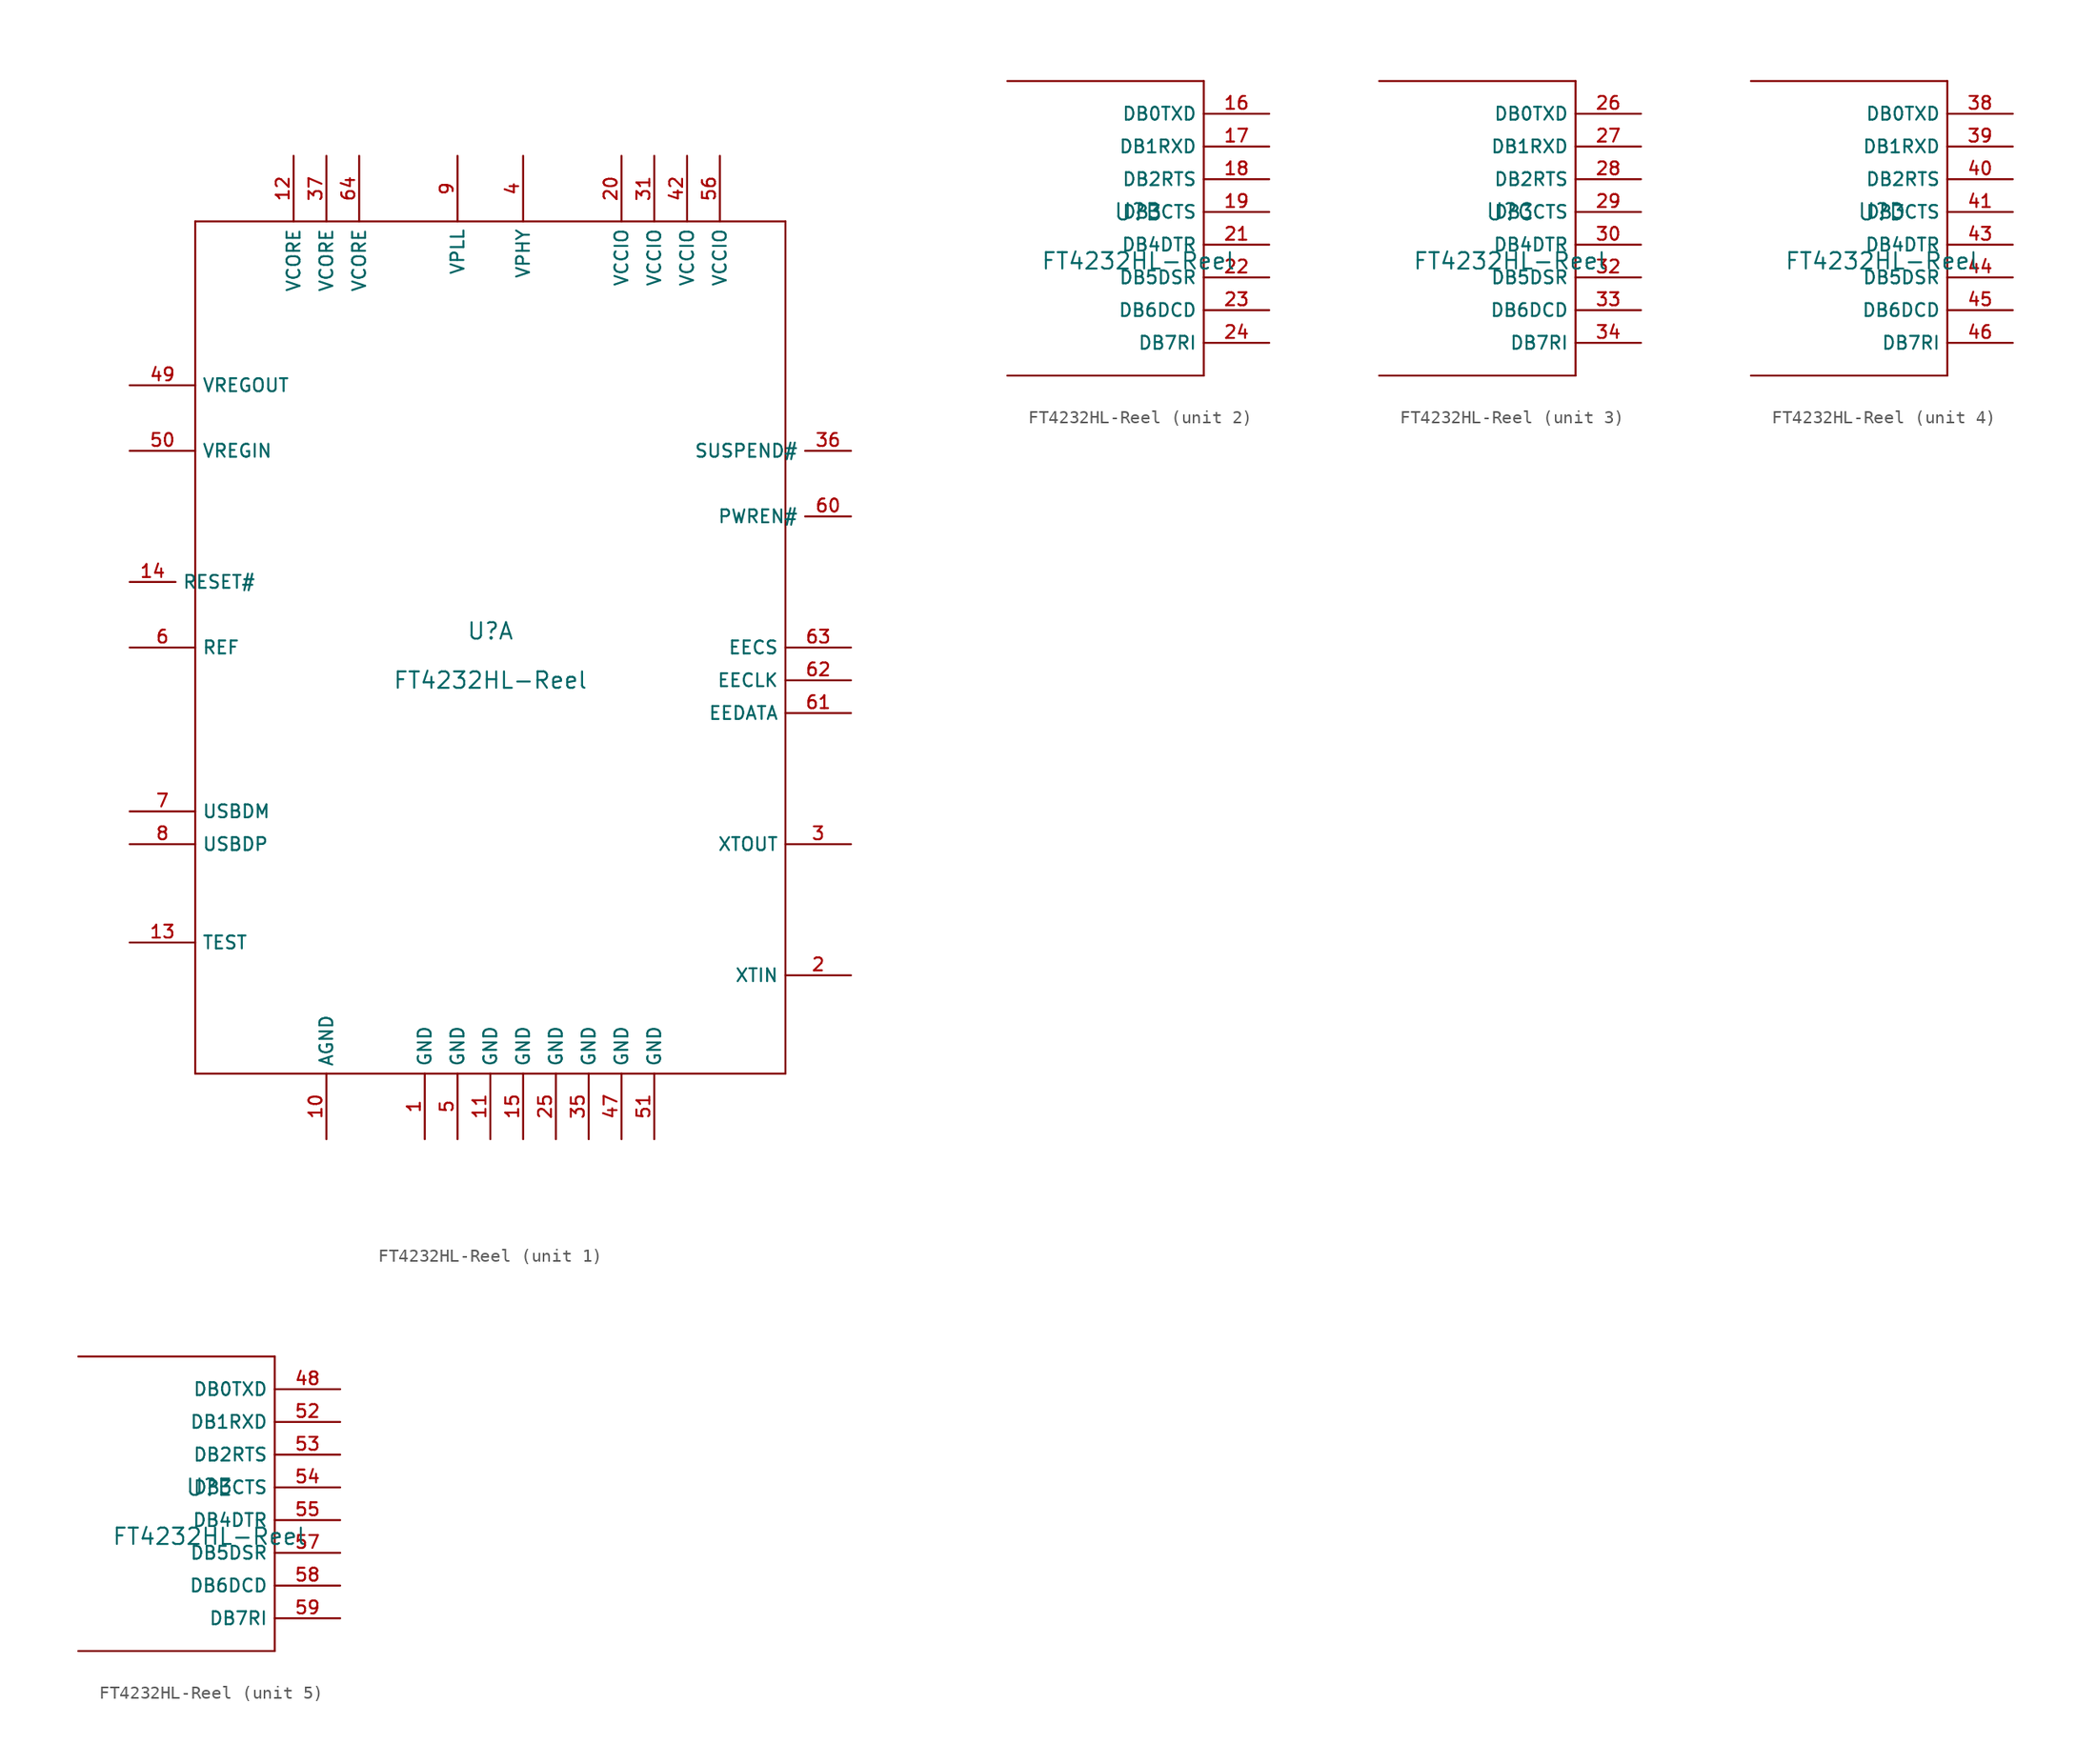
<source format=kicad_sym>
(kicad_symbol_lib
  (version 20210201)
  (generator TousstNicolas/JLC2KiCad_lib)
  (symbol "FT4232HL-Reel"
    (property "Reference" "U"
      (at 0 1.27 0)
      (effects (font (size 1.27 1.27))))
    (property "Value" "FT4232HL-Reel"
      (at 0 -2.54 0)
      (effects (font (size 1.27 1.27))))
    (symbol "FT4232HL-Reel_1_1"
      (polyline (pts (xy 22.86 33.02) (xy -22.86 33.02)) (stroke (width 0) (type default) (color 0 0 0 0)) (fill (type none)))
      (polyline (pts (xy -22.86 33.02) (xy -22.86 -33.02)) (stroke (width 0) (type default) (color 0 0 0 0)) (fill (type none)))
      (polyline (pts (xy -22.86 -33.02) (xy 22.86 -33.02)) (stroke (width 0) (type default) (color 0 0 0 0)) (fill (type none)))
      (polyline (pts (xy 22.86 -33.02) (xy 22.86 33.02)) (stroke (width 0) (type default) (color 0 0 0 0)) (fill (type none)))
      (pin output line (at 27.94 15.24 180) (length 3.556) (name "SUSPEND#" (effects (font (size 1 1)))) (number "36" (effects (font (size 1 1)))))
      (pin output line (at 27.94 10.16 180) (length 3.556) (name "PWREN#" (effects (font (size 1 1)))) (number "60" (effects (font (size 1 1)))))
      (pin power_in line (at 7.62 -38.1 90) (length 5.08) (name "GND" (effects (font (size 1 1)))) (number "35" (effects (font (size 1 1)))))
      (pin power_in line (at 5.08 -38.1 90) (length 5.08) (name "GND" (effects (font (size 1 1)))) (number "25" (effects (font (size 1 1)))))
      (pin power_in line (at 2.54 -38.1 90) (length 5.08) (name "GND" (effects (font (size 1 1)))) (number "15" (effects (font (size 1 1)))))
      (pin power_in line (at 0.0 -38.1 90) (length 5.08) (name "GND" (effects (font (size 1 1)))) (number "11" (effects (font (size 1 1)))))
      (pin power_in line (at -12.7 -38.1 90) (length 5.08) (name "AGND" (effects (font (size 1 1)))) (number "10" (effects (font (size 1 1)))))
      (pin power_in line (at 12.7 38.1 270) (length 5.08) (name "VCCIO" (effects (font (size 1 1)))) (number "31" (effects (font (size 1 1)))))
      (pin power_in line (at 10.16 38.1 270) (length 5.08) (name "VCCIO" (effects (font (size 1 1)))) (number "20" (effects (font (size 1 1)))))
      (pin power_in line (at -10.16 38.1 270) (length 5.08) (name "VCORE" (effects (font (size 1 1)))) (number "64" (effects (font (size 1 1)))))
      (pin power_in line (at -12.7 38.1 270) (length 5.08) (name "VCORE" (effects (font (size 1 1)))) (number "37" (effects (font (size 1 1)))))
      (pin power_in line (at -2.54 38.1 270) (length 5.08) (name "VPLL" (effects (font (size 1 1)))) (number "9" (effects (font (size 1 1)))))
      (pin unspecified line (at -27.94 15.24 0) (length 5.08) (name "VREGIN" (effects (font (size 1 1)))) (number "50" (effects (font (size 1 1)))))
      (pin input line (at -27.94 -12.7 0) (length 5.08) (name "USBDM" (effects (font (size 1 1)))) (number "7" (effects (font (size 1 1)))))
      (pin input line (at -27.94 -15.24 0) (length 5.08) (name "USBDP" (effects (font (size 1 1)))) (number "8" (effects (font (size 1 1)))))
      (pin input line (at -27.94 -0.0 0) (length 5.08) (name "REF" (effects (font (size 1 1)))) (number "6" (effects (font (size 1 1)))))
      (pin input line (at -27.94 5.08 0) (length 3.556) (name "RESET#" (effects (font (size 1 1)))) (number "14" (effects (font (size 1 1)))))
      (pin input line (at 27.94 -25.4 180) (length 5.08) (name "XTIN" (effects (font (size 1 1)))) (number "2" (effects (font (size 1 1)))))
      (pin output line (at 27.94 -15.24 180) (length 5.08) (name "XTOUT" (effects (font (size 1 1)))) (number "3" (effects (font (size 1 1)))))
      (pin unspecified line (at 27.94 -0.0 180) (length 5.08) (name "EECS" (effects (font (size 1 1)))) (number "63" (effects (font (size 1 1)))))
      (pin output line (at 27.94 -2.54 180) (length 5.08) (name "EECLK" (effects (font (size 1 1)))) (number "62" (effects (font (size 1 1)))))
      (pin unspecified line (at 27.94 -5.08 180) (length 5.08) (name "EEDATA" (effects (font (size 1 1)))) (number "61" (effects (font (size 1 1)))))
      (pin input line (at -27.94 -22.86 0) (length 5.08) (name "TEST" (effects (font (size 1 1)))) (number "13" (effects (font (size 1 1)))))
      (pin power_in line (at -2.54 -38.1 90) (length 5.08) (name "GND" (effects (font (size 1 1)))) (number "5" (effects (font (size 1 1)))))
      (pin power_in line (at -5.08 -38.1 90) (length 5.08) (name "GND" (effects (font (size 1 1)))) (number "1" (effects (font (size 1 1)))))
      (pin power_in line (at 10.16 -38.1 90) (length 5.08) (name "GND" (effects (font (size 1 1)))) (number "47" (effects (font (size 1 1)))))
      (pin power_in line (at 12.7 -38.1 90) (length 5.08) (name "GND" (effects (font (size 1 1)))) (number "51" (effects (font (size 1 1)))))
      (pin power_in line (at 15.24 38.1 270) (length 5.08) (name "VCCIO" (effects (font (size 1 1)))) (number "42" (effects (font (size 1 1)))))
      (pin power_in line (at 17.78 38.1 270) (length 5.08) (name "VCCIO" (effects (font (size 1 1)))) (number "56" (effects (font (size 1 1)))))
      (pin power_in line (at -15.24 38.1 270) (length 5.08) (name "VCORE" (effects (font (size 1 1)))) (number "12" (effects (font (size 1 1)))))
      (pin power_in line (at 2.54 38.1 270) (length 5.08) (name "VPHY" (effects (font (size 1 1)))) (number "4" (effects (font (size 1 1)))))
      (pin output line (at -27.94 20.32 0) (length 5.08) (name "VREGOUT" (effects (font (size 1 1)))) (number "49" (effects (font (size 1 1))))))
    (symbol "FT4232HL-Reel_2_1"
      (polyline (pts (xy 5.08 11.43) (xy -10.16 11.43)) (stroke (width 0) (type default) (color 0 0 0 0)) (fill (type none)))
      (polyline (pts (xy -10.16 -11.43) (xy 5.08 -11.43)) (stroke (width 0) (type default) (color 0 0 0 0)) (fill (type none)))
      (polyline (pts (xy 5.08 -11.43) (xy 5.08 11.43)) (stroke (width 0) (type default) (color 0 0 0 0)) (fill (type none)))
      (pin unspecified line (at 10.16 8.89 180) (length 5.08) (name "DB0TXD" (effects (font (size 1 1)))) (number "16" (effects (font (size 1 1)))))
      (pin unspecified line (at 10.16 6.35 180) (length 5.08) (name "DB1RXD" (effects (font (size 1 1)))) (number "17" (effects (font (size 1 1)))))
      (pin unspecified line (at 10.16 3.81 180) (length 5.08) (name "DB2RTS" (effects (font (size 1 1)))) (number "18" (effects (font (size 1 1)))))
      (pin unspecified line (at 10.16 1.27 180) (length 5.08) (name "DB3CTS" (effects (font (size 1 1)))) (number "19" (effects (font (size 1 1)))))
      (pin unspecified line (at 10.16 -1.27 180) (length 5.08) (name "DB4DTR" (effects (font (size 1 1)))) (number "21" (effects (font (size 1 1)))))
      (pin unspecified line (at 10.16 -3.81 180) (length 5.08) (name "DB5DSR" (effects (font (size 1 1)))) (number "22" (effects (font (size 1 1)))))
      (pin unspecified line (at 10.16 -6.35 180) (length 5.08) (name "DB6DCD" (effects (font (size 1 1)))) (number "23" (effects (font (size 1 1)))))
      (pin unspecified line (at 10.16 -8.89 180) (length 5.08) (name "DB7RI" (effects (font (size 1 1)))) (number "24" (effects (font (size 1 1))))))
    (symbol "FT4232HL-Reel_3_1"
      (polyline (pts (xy 5.08 11.43) (xy -10.16 11.43)) (stroke (width 0) (type default) (color 0 0 0 0)) (fill (type none)))
      (polyline (pts (xy -10.16 -11.43) (xy 5.08 -11.43)) (stroke (width 0) (type default) (color 0 0 0 0)) (fill (type none)))
      (polyline (pts (xy 5.08 -11.43) (xy 5.08 11.43)) (stroke (width 0) (type default) (color 0 0 0 0)) (fill (type none)))
      (pin unspecified line (at 10.16 8.89 180) (length 5.08) (name "DB0TXD" (effects (font (size 1 1)))) (number "26" (effects (font (size 1 1)))))
      (pin unspecified line (at 10.16 6.35 180) (length 5.08) (name "DB1RXD" (effects (font (size 1 1)))) (number "27" (effects (font (size 1 1)))))
      (pin unspecified line (at 10.16 3.81 180) (length 5.08) (name "DB2RTS" (effects (font (size 1 1)))) (number "28" (effects (font (size 1 1)))))
      (pin unspecified line (at 10.16 1.27 180) (length 5.08) (name "DB3CTS" (effects (font (size 1 1)))) (number "29" (effects (font (size 1 1)))))
      (pin unspecified line (at 10.16 -1.27 180) (length 5.08) (name "DB4DTR" (effects (font (size 1 1)))) (number "30" (effects (font (size 1 1)))))
      (pin unspecified line (at 10.16 -3.81 180) (length 5.08) (name "DB5DSR" (effects (font (size 1 1)))) (number "32" (effects (font (size 1 1)))))
      (pin unspecified line (at 10.16 -6.35 180) (length 5.08) (name "DB6DCD" (effects (font (size 1 1)))) (number "33" (effects (font (size 1 1)))))
      (pin unspecified line (at 10.16 -8.89 180) (length 5.08) (name "DB7RI" (effects (font (size 1 1)))) (number "34" (effects (font (size 1 1))))))
    (symbol "FT4232HL-Reel_4_1"
      (polyline (pts (xy 5.08 11.43) (xy -10.16 11.43)) (stroke (width 0) (type default) (color 0 0 0 0)) (fill (type none)))
      (polyline (pts (xy -10.16 -11.43) (xy 5.08 -11.43)) (stroke (width 0) (type default) (color 0 0 0 0)) (fill (type none)))
      (polyline (pts (xy 5.08 -11.43) (xy 5.08 11.43)) (stroke (width 0) (type default) (color 0 0 0 0)) (fill (type none)))
      (pin unspecified line (at 10.16 8.89 180) (length 5.08) (name "DB0TXD" (effects (font (size 1 1)))) (number "38" (effects (font (size 1 1)))))
      (pin unspecified line (at 10.16 6.35 180) (length 5.08) (name "DB1RXD" (effects (font (size 1 1)))) (number "39" (effects (font (size 1 1)))))
      (pin unspecified line (at 10.16 3.81 180) (length 5.08) (name "DB2RTS" (effects (font (size 1 1)))) (number "40" (effects (font (size 1 1)))))
      (pin unspecified line (at 10.16 1.27 180) (length 5.08) (name "DB3CTS" (effects (font (size 1 1)))) (number "41" (effects (font (size 1 1)))))
      (pin unspecified line (at 10.16 -1.27 180) (length 5.08) (name "DB4DTR" (effects (font (size 1 1)))) (number "43" (effects (font (size 1 1)))))
      (pin unspecified line (at 10.16 -3.81 180) (length 5.08) (name "DB5DSR" (effects (font (size 1 1)))) (number "44" (effects (font (size 1 1)))))
      (pin unspecified line (at 10.16 -6.35 180) (length 5.08) (name "DB6DCD" (effects (font (size 1 1)))) (number "45" (effects (font (size 1 1)))))
      (pin unspecified line (at 10.16 -8.89 180) (length 5.08) (name "DB7RI" (effects (font (size 1 1)))) (number "46" (effects (font (size 1 1))))))
    (symbol "FT4232HL-Reel_5_1"
      (polyline (pts (xy 5.08 11.43) (xy -10.16 11.43)) (stroke (width 0) (type default) (color 0 0 0 0)) (fill (type none)))
      (polyline (pts (xy -10.16 -11.43) (xy 5.08 -11.43)) (stroke (width 0) (type default) (color 0 0 0 0)) (fill (type none)))
      (polyline (pts (xy 5.08 -11.43) (xy 5.08 11.43)) (stroke (width 0) (type default) (color 0 0 0 0)) (fill (type none)))
      (pin unspecified line (at 10.16 8.89 180) (length 5.08) (name "DB0TXD" (effects (font (size 1 1)))) (number "48" (effects (font (size 1 1)))))
      (pin unspecified line (at 10.16 6.35 180) (length 5.08) (name "DB1RXD" (effects (font (size 1 1)))) (number "52" (effects (font (size 1 1)))))
      (pin unspecified line (at 10.16 3.81 180) (length 5.08) (name "DB2RTS" (effects (font (size 1 1)))) (number "53" (effects (font (size 1 1)))))
      (pin unspecified line (at 10.16 1.27 180) (length 5.08) (name "DB3CTS" (effects (font (size 1 1)))) (number "54" (effects (font (size 1 1)))))
      (pin unspecified line (at 10.16 -1.27 180) (length 5.08) (name "DB4DTR" (effects (font (size 1 1)))) (number "55" (effects (font (size 1 1)))))
      (pin unspecified line (at 10.16 -3.81 180) (length 5.08) (name "DB5DSR" (effects (font (size 1 1)))) (number "57" (effects (font (size 1 1)))))
      (pin unspecified line (at 10.16 -6.35 180) (length 5.08) (name "DB6DCD" (effects (font (size 1 1)))) (number "58" (effects (font (size 1 1)))))
      (pin unspecified line (at 10.16 -8.89 180) (length 5.08) (name "DB7RI" (effects (font (size 1 1)))) (number "59" (effects (font (size 1 1))))))))
</source>
